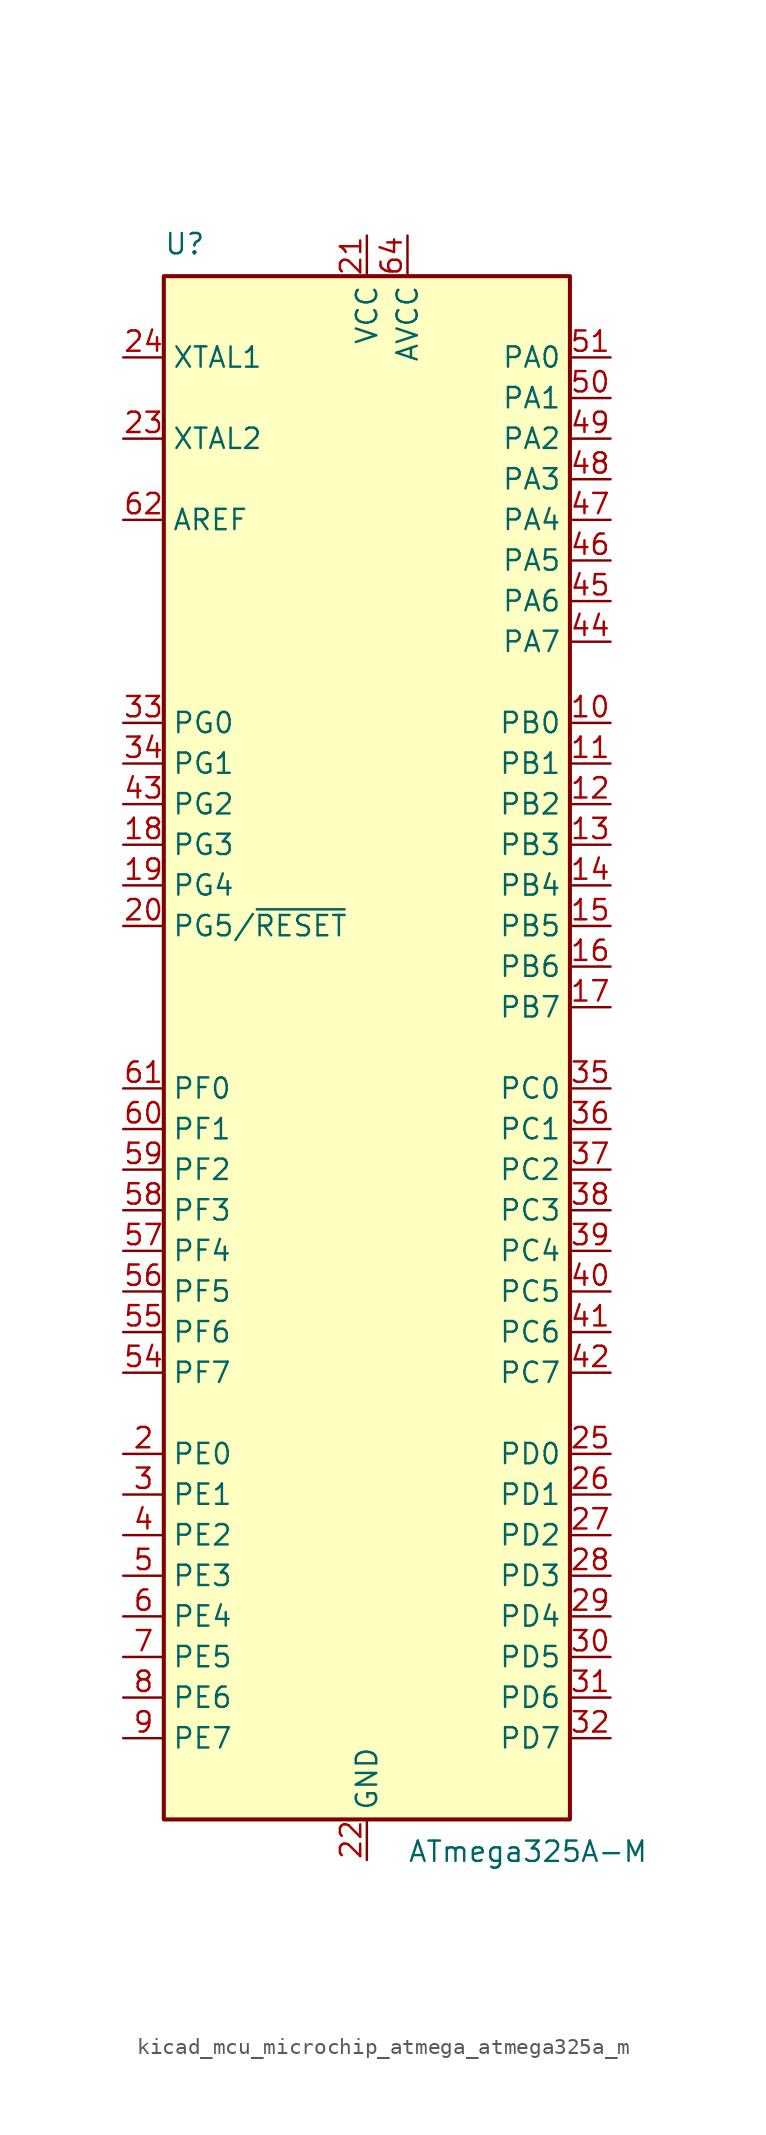
<source format=kicad_sym>
(kicad_symbol_lib
  (version 20220914)
  (generator kicad_symbol_editor)
  (symbol "kicad_mcu_microchip_atmega_atmega325a_m"
    (property "Reference" "U"
      (at -12.7 49.53 0)
      (effects (font (size 1.27 1.27)) (justify left bottom)))
    (property "Value" "ATmega325A-M"
      (at 2.54 -49.53 0)
      (effects (font (size 1.27 1.27)) (justify left top)))
    (symbol "kicad_mcu_microchip_atmega_atmega325a_m_0_1"
      (rectangle (start -12.7 -48.26) (end 12.7 48.26) (stroke (width 0.254) (type default)) (fill (type background))))
    (symbol "kicad_mcu_microchip_atmega_atmega325a_m_1_1"
      (pin no_connect line (at -12.7 -45.72 0) (length 2.54) hide (name "NC" (effects (font (size 1.27 1.27)))) (number "1" (effects (font (size 1.27 1.27)))))
      (pin bidirectional line (at 15.24 20.32 180) (length 2.54) (name "PB0" (effects (font (size 1.27 1.27)))) (number "10" (effects (font (size 1.27 1.27)))))
      (pin bidirectional line (at 15.24 17.78 180) (length 2.54) (name "PB1" (effects (font (size 1.27 1.27)))) (number "11" (effects (font (size 1.27 1.27)))))
      (pin bidirectional line (at 15.24 15.24 180) (length 2.54) (name "PB2" (effects (font (size 1.27 1.27)))) (number "12" (effects (font (size 1.27 1.27)))))
      (pin bidirectional line (at 15.24 12.7 180) (length 2.54) (name "PB3" (effects (font (size 1.27 1.27)))) (number "13" (effects (font (size 1.27 1.27)))))
      (pin bidirectional line (at 15.24 10.16 180) (length 2.54) (name "PB4" (effects (font (size 1.27 1.27)))) (number "14" (effects (font (size 1.27 1.27)))))
      (pin bidirectional line (at 15.24 7.62 180) (length 2.54) (name "PB5" (effects (font (size 1.27 1.27)))) (number "15" (effects (font (size 1.27 1.27)))))
      (pin bidirectional line (at 15.24 5.08 180) (length 2.54) (name "PB6" (effects (font (size 1.27 1.27)))) (number "16" (effects (font (size 1.27 1.27)))))
      (pin bidirectional line (at 15.24 2.54 180) (length 2.54) (name "PB7" (effects (font (size 1.27 1.27)))) (number "17" (effects (font (size 1.27 1.27)))))
      (pin bidirectional line (at -15.24 12.7 0) (length 2.54) (name "PG3" (effects (font (size 1.27 1.27)))) (number "18" (effects (font (size 1.27 1.27)))))
      (pin bidirectional line (at -15.24 10.16 0) (length 2.54) (name "PG4" (effects (font (size 1.27 1.27)))) (number "19" (effects (font (size 1.27 1.27)))))
      (pin bidirectional line (at -15.24 -25.4 0) (length 2.54) (name "PE0" (effects (font (size 1.27 1.27)))) (number "2" (effects (font (size 1.27 1.27)))))
      (pin bidirectional line (at -15.24 7.62 0) (length 2.54) (name "PG5/~{RESET}" (effects (font (size 1.27 1.27)))) (number "20" (effects (font (size 1.27 1.27)))))
      (pin power_in line (at 0 50.8 270) (length 2.54) (name "VCC" (effects (font (size 1.27 1.27)))) (number "21" (effects (font (size 1.27 1.27)))))
      (pin power_in line (at 0 -50.8 90) (length 2.54) (name "GND" (effects (font (size 1.27 1.27)))) (number "22" (effects (font (size 1.27 1.27)))))
      (pin output line (at -15.24 38.1 0) (length 2.54) (name "XTAL2" (effects (font (size 1.27 1.27)))) (number "23" (effects (font (size 1.27 1.27)))))
      (pin input line (at -15.24 43.18 0) (length 2.54) (name "XTAL1" (effects (font (size 1.27 1.27)))) (number "24" (effects (font (size 1.27 1.27)))))
      (pin bidirectional line (at 15.24 -25.4 180) (length 2.54) (name "PD0" (effects (font (size 1.27 1.27)))) (number "25" (effects (font (size 1.27 1.27)))))
      (pin bidirectional line (at 15.24 -27.94 180) (length 2.54) (name "PD1" (effects (font (size 1.27 1.27)))) (number "26" (effects (font (size 1.27 1.27)))))
      (pin bidirectional line (at 15.24 -30.48 180) (length 2.54) (name "PD2" (effects (font (size 1.27 1.27)))) (number "27" (effects (font (size 1.27 1.27)))))
      (pin bidirectional line (at 15.24 -33.02 180) (length 2.54) (name "PD3" (effects (font (size 1.27 1.27)))) (number "28" (effects (font (size 1.27 1.27)))))
      (pin bidirectional line (at 15.24 -35.56 180) (length 2.54) (name "PD4" (effects (font (size 1.27 1.27)))) (number "29" (effects (font (size 1.27 1.27)))))
      (pin bidirectional line (at -15.24 -27.94 0) (length 2.54) (name "PE1" (effects (font (size 1.27 1.27)))) (number "3" (effects (font (size 1.27 1.27)))))
      (pin bidirectional line (at 15.24 -38.1 180) (length 2.54) (name "PD5" (effects (font (size 1.27 1.27)))) (number "30" (effects (font (size 1.27 1.27)))))
      (pin bidirectional line (at 15.24 -40.64 180) (length 2.54) (name "PD6" (effects (font (size 1.27 1.27)))) (number "31" (effects (font (size 1.27 1.27)))))
      (pin bidirectional line (at 15.24 -43.18 180) (length 2.54) (name "PD7" (effects (font (size 1.27 1.27)))) (number "32" (effects (font (size 1.27 1.27)))))
      (pin bidirectional line (at -15.24 20.32 0) (length 2.54) (name "PG0" (effects (font (size 1.27 1.27)))) (number "33" (effects (font (size 1.27 1.27)))))
      (pin bidirectional line (at -15.24 17.78 0) (length 2.54) (name "PG1" (effects (font (size 1.27 1.27)))) (number "34" (effects (font (size 1.27 1.27)))))
      (pin bidirectional line (at 15.24 -2.54 180) (length 2.54) (name "PC0" (effects (font (size 1.27 1.27)))) (number "35" (effects (font (size 1.27 1.27)))))
      (pin bidirectional line (at 15.24 -5.08 180) (length 2.54) (name "PC1" (effects (font (size 1.27 1.27)))) (number "36" (effects (font (size 1.27 1.27)))))
      (pin bidirectional line (at 15.24 -7.62 180) (length 2.54) (name "PC2" (effects (font (size 1.27 1.27)))) (number "37" (effects (font (size 1.27 1.27)))))
      (pin bidirectional line (at 15.24 -10.16 180) (length 2.54) (name "PC3" (effects (font (size 1.27 1.27)))) (number "38" (effects (font (size 1.27 1.27)))))
      (pin bidirectional line (at 15.24 -12.7 180) (length 2.54) (name "PC4" (effects (font (size 1.27 1.27)))) (number "39" (effects (font (size 1.27 1.27)))))
      (pin bidirectional line (at -15.24 -30.48 0) (length 2.54) (name "PE2" (effects (font (size 1.27 1.27)))) (number "4" (effects (font (size 1.27 1.27)))))
      (pin bidirectional line (at 15.24 -15.24 180) (length 2.54) (name "PC5" (effects (font (size 1.27 1.27)))) (number "40" (effects (font (size 1.27 1.27)))))
      (pin bidirectional line (at 15.24 -17.78 180) (length 2.54) (name "PC6" (effects (font (size 1.27 1.27)))) (number "41" (effects (font (size 1.27 1.27)))))
      (pin bidirectional line (at 15.24 -20.32 180) (length 2.54) (name "PC7" (effects (font (size 1.27 1.27)))) (number "42" (effects (font (size 1.27 1.27)))))
      (pin bidirectional line (at -15.24 15.24 0) (length 2.54) (name "PG2" (effects (font (size 1.27 1.27)))) (number "43" (effects (font (size 1.27 1.27)))))
      (pin bidirectional line (at 15.24 25.4 180) (length 2.54) (name "PA7" (effects (font (size 1.27 1.27)))) (number "44" (effects (font (size 1.27 1.27)))))
      (pin bidirectional line (at 15.24 27.94 180) (length 2.54) (name "PA6" (effects (font (size 1.27 1.27)))) (number "45" (effects (font (size 1.27 1.27)))))
      (pin bidirectional line (at 15.24 30.48 180) (length 2.54) (name "PA5" (effects (font (size 1.27 1.27)))) (number "46" (effects (font (size 1.27 1.27)))))
      (pin bidirectional line (at 15.24 33.02 180) (length 2.54) (name "PA4" (effects (font (size 1.27 1.27)))) (number "47" (effects (font (size 1.27 1.27)))))
      (pin bidirectional line (at 15.24 35.56 180) (length 2.54) (name "PA3" (effects (font (size 1.27 1.27)))) (number "48" (effects (font (size 1.27 1.27)))))
      (pin bidirectional line (at 15.24 38.1 180) (length 2.54) (name "PA2" (effects (font (size 1.27 1.27)))) (number "49" (effects (font (size 1.27 1.27)))))
      (pin bidirectional line (at -15.24 -33.02 0) (length 2.54) (name "PE3" (effects (font (size 1.27 1.27)))) (number "5" (effects (font (size 1.27 1.27)))))
      (pin bidirectional line (at 15.24 40.64 180) (length 2.54) (name "PA1" (effects (font (size 1.27 1.27)))) (number "50" (effects (font (size 1.27 1.27)))))
      (pin bidirectional line (at 15.24 43.18 180) (length 2.54) (name "PA0" (effects (font (size 1.27 1.27)))) (number "51" (effects (font (size 1.27 1.27)))))
      (pin passive line (at 0 50.8 270) (length 2.54) hide (name "VCC" (effects (font (size 1.27 1.27)))) (number "52" (effects (font (size 1.27 1.27)))))
      (pin passive line (at 0 -50.8 90) (length 2.54) hide (name "GND" (effects (font (size 1.27 1.27)))) (number "53" (effects (font (size 1.27 1.27)))))
      (pin bidirectional line (at -15.24 -20.32 0) (length 2.54) (name "PF7" (effects (font (size 1.27 1.27)))) (number "54" (effects (font (size 1.27 1.27)))))
      (pin bidirectional line (at -15.24 -17.78 0) (length 2.54) (name "PF6" (effects (font (size 1.27 1.27)))) (number "55" (effects (font (size 1.27 1.27)))))
      (pin bidirectional line (at -15.24 -15.24 0) (length 2.54) (name "PF5" (effects (font (size 1.27 1.27)))) (number "56" (effects (font (size 1.27 1.27)))))
      (pin bidirectional line (at -15.24 -12.7 0) (length 2.54) (name "PF4" (effects (font (size 1.27 1.27)))) (number "57" (effects (font (size 1.27 1.27)))))
      (pin bidirectional line (at -15.24 -10.16 0) (length 2.54) (name "PF3" (effects (font (size 1.27 1.27)))) (number "58" (effects (font (size 1.27 1.27)))))
      (pin bidirectional line (at -15.24 -7.62 0) (length 2.54) (name "PF2" (effects (font (size 1.27 1.27)))) (number "59" (effects (font (size 1.27 1.27)))))
      (pin bidirectional line (at -15.24 -35.56 0) (length 2.54) (name "PE4" (effects (font (size 1.27 1.27)))) (number "6" (effects (font (size 1.27 1.27)))))
      (pin bidirectional line (at -15.24 -5.08 0) (length 2.54) (name "PF1" (effects (font (size 1.27 1.27)))) (number "60" (effects (font (size 1.27 1.27)))))
      (pin bidirectional line (at -15.24 -2.54 0) (length 2.54) (name "PF0" (effects (font (size 1.27 1.27)))) (number "61" (effects (font (size 1.27 1.27)))))
      (pin passive line (at -15.24 33.02 0) (length 2.54) (name "AREF" (effects (font (size 1.27 1.27)))) (number "62" (effects (font (size 1.27 1.27)))))
      (pin passive line (at 0 -50.8 90) (length 2.54) hide (name "GND" (effects (font (size 1.27 1.27)))) (number "63" (effects (font (size 1.27 1.27)))))
      (pin power_in line (at 2.54 50.8 270) (length 2.54) (name "AVCC" (effects (font (size 1.27 1.27)))) (number "64" (effects (font (size 1.27 1.27)))))
      (pin passive line (at 0 -50.8 90) (length 2.54) hide (name "GND" (effects (font (size 1.27 1.27)))) (number "65" (effects (font (size 1.27 1.27)))))
      (pin bidirectional line (at -15.24 -38.1 0) (length 2.54) (name "PE5" (effects (font (size 1.27 1.27)))) (number "7" (effects (font (size 1.27 1.27)))))
      (pin bidirectional line (at -15.24 -40.64 0) (length 2.54) (name "PE6" (effects (font (size 1.27 1.27)))) (number "8" (effects (font (size 1.27 1.27)))))
      (pin bidirectional line (at -15.24 -43.18 0) (length 2.54) (name "PE7" (effects (font (size 1.27 1.27)))) (number "9" (effects (font (size 1.27 1.27))))))))
</source>
